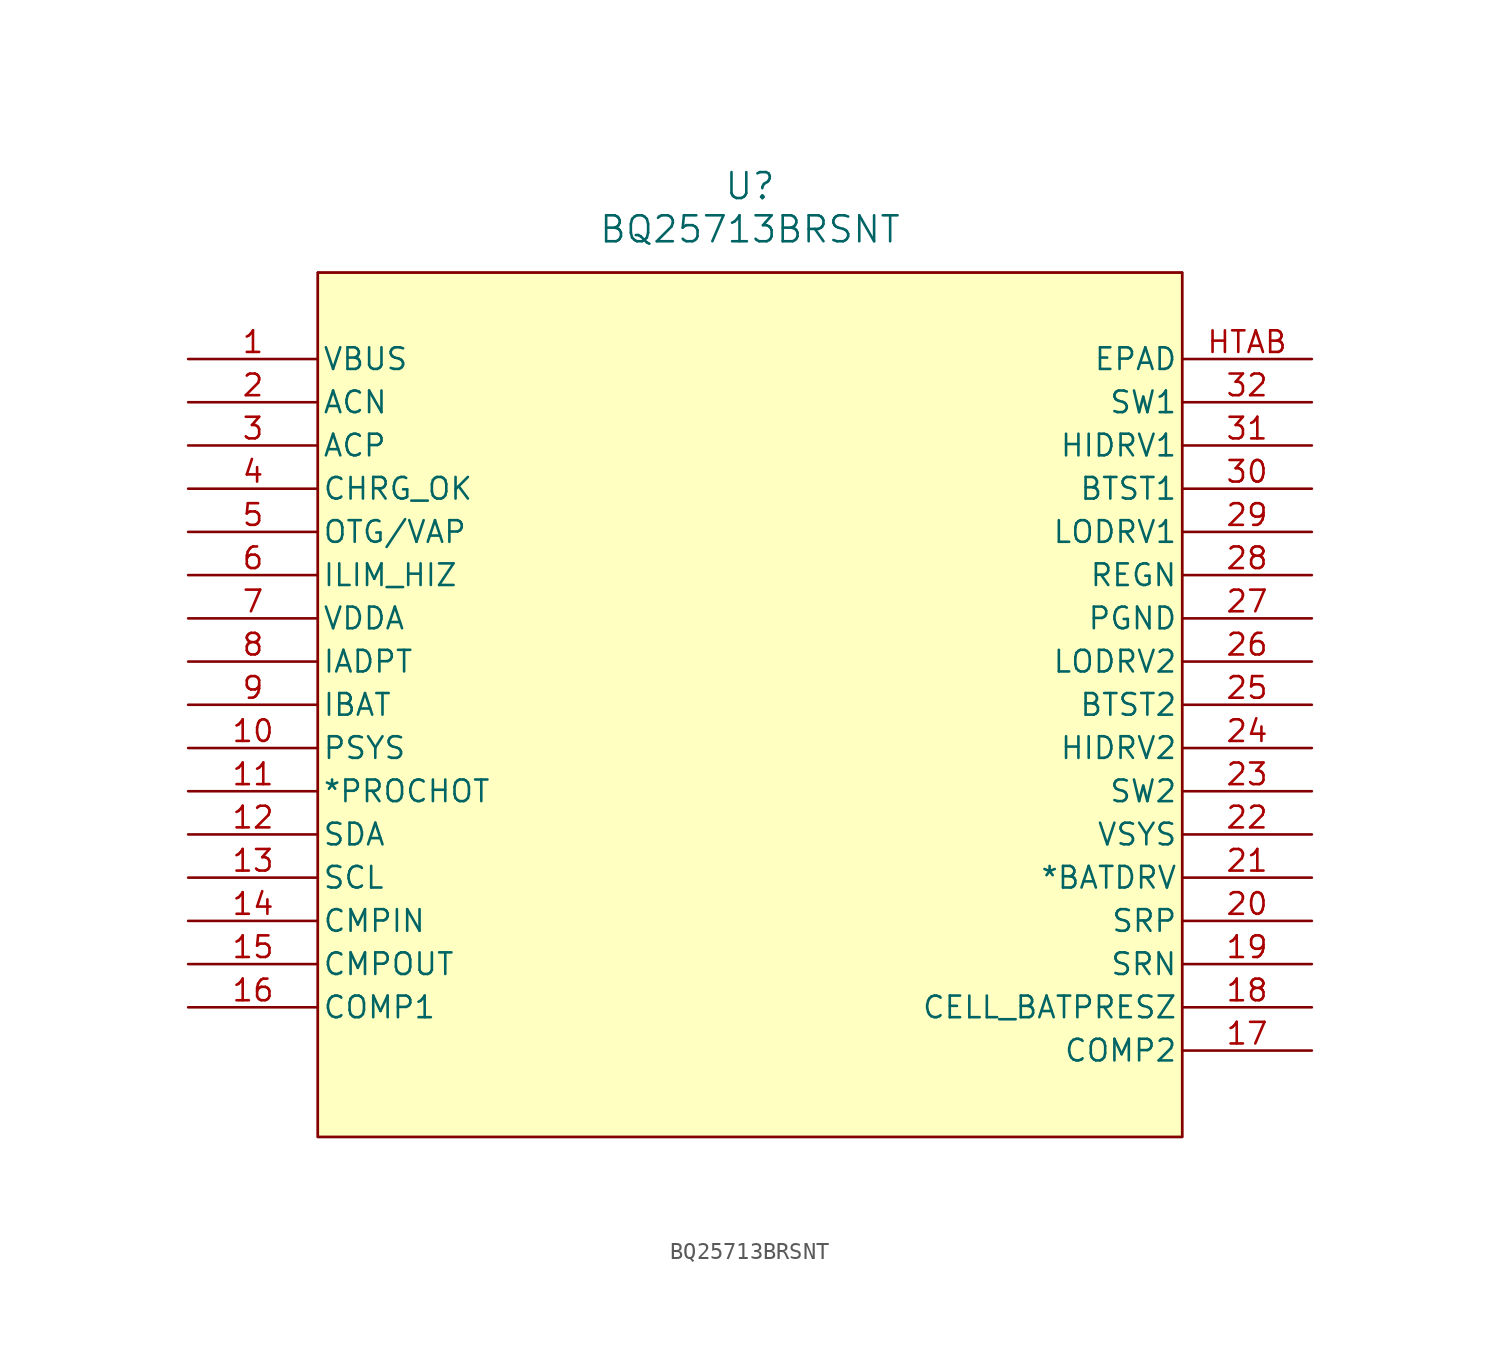
<source format=kicad_sym>
(kicad_symbol_lib
  (version 20231120)
  (generator "kicad_symbol_editor")
  (generator_version "8.99")
  (symbol "BQ25713BRSNT"
    (pin_names
      (offset 0.254))
    (property "Reference" "U"
      (at 33.02 10.16 0)
      (effects (font (size 1.524 1.524))))
    (property "Value" "BQ25713BRSNT"
      (at 33.02 7.62 0)
      (effects (font (size 1.524 1.524))))
    (property "ki_locked" ""
      (at 0 0 0)
      (effects (font (size 1.27 1.27))))
    (symbol "BQ25713BRSNT_0_1"
      (polyline (pts (xy 7.62 5.08) (xy 7.62 -45.72)) (stroke (width 0.127) (type default)) (fill (type none)))
      (polyline (pts (xy 7.62 -45.72) (xy 58.42 -45.72)) (stroke (width 0.127) (type default)) (fill (type none)))
      (polyline (pts (xy 58.42 5.08) (xy 7.62 5.08)) (stroke (width 0.127) (type default)) (fill (type none)))
      (polyline (pts (xy 58.42 -45.72) (xy 58.42 5.08)) (stroke (width 0.127) (type default)) (fill (type none)))
      (pin power_in line (at 0 0 0) (length 7.62) (name "VBUS" (effects (font (size 1.27 1.27)))) (number "1" (effects (font (size 1.27 1.27)))))
      (pin output line (at 0 -22.86 0) (length 7.62) (name "PSYS" (effects (font (size 1.27 1.27)))) (number "10" (effects (font (size 1.27 1.27)))))
      (pin output line (at 0 -25.4 0) (length 7.62) (name "*PROCHOT" (effects (font (size 1.27 1.27)))) (number "11" (effects (font (size 1.27 1.27)))))
      (pin bidirectional line (at 0 -27.94 0) (length 7.62) (name "SDA" (effects (font (size 1.27 1.27)))) (number "12" (effects (font (size 1.27 1.27)))))
      (pin input line (at 0 -30.48 0) (length 7.62) (name "SCL" (effects (font (size 1.27 1.27)))) (number "13" (effects (font (size 1.27 1.27)))))
      (pin input line (at 0 -33.02 0) (length 7.62) (name "CMPIN" (effects (font (size 1.27 1.27)))) (number "14" (effects (font (size 1.27 1.27)))))
      (pin output line (at 0 -35.56 0) (length 7.62) (name "CMPOUT" (effects (font (size 1.27 1.27)))) (number "15" (effects (font (size 1.27 1.27)))))
      (pin input line (at 0 -38.1 0) (length 7.62) (name "COMP1" (effects (font (size 1.27 1.27)))) (number "16" (effects (font (size 1.27 1.27)))))
      (pin input line (at 66.04 -40.64 180) (length 7.62) (name "COMP2" (effects (font (size 1.27 1.27)))) (number "17" (effects (font (size 1.27 1.27)))))
      (pin input line (at 66.04 -38.1 180) (length 7.62) (name "CELL_BATPRESZ" (effects (font (size 1.27 1.27)))) (number "18" (effects (font (size 1.27 1.27)))))
      (pin input line (at 66.04 -35.56 180) (length 7.62) (name "SRN" (effects (font (size 1.27 1.27)))) (number "19" (effects (font (size 1.27 1.27)))))
      (pin input line (at 0 -2.54 0) (length 7.62) (name "ACN" (effects (font (size 1.27 1.27)))) (number "2" (effects (font (size 1.27 1.27)))))
      (pin input line (at 66.04 -33.02 180) (length 7.62) (name "SRP" (effects (font (size 1.27 1.27)))) (number "20" (effects (font (size 1.27 1.27)))))
      (pin output line (at 66.04 -30.48 180) (length 7.62) (name "*BATDRV" (effects (font (size 1.27 1.27)))) (number "21" (effects (font (size 1.27 1.27)))))
      (pin power_in line (at 66.04 -27.94 180) (length 7.62) (name "VSYS" (effects (font (size 1.27 1.27)))) (number "22" (effects (font (size 1.27 1.27)))))
      (pin power_in line (at 66.04 -25.4 180) (length 7.62) (name "SW2" (effects (font (size 1.27 1.27)))) (number "23" (effects (font (size 1.27 1.27)))))
      (pin output line (at 66.04 -22.86 180) (length 7.62) (name "HIDRV2" (effects (font (size 1.27 1.27)))) (number "24" (effects (font (size 1.27 1.27)))))
      (pin power_in line (at 66.04 -20.32 180) (length 7.62) (name "BTST2" (effects (font (size 1.27 1.27)))) (number "25" (effects (font (size 1.27 1.27)))))
      (pin output line (at 66.04 -17.78 180) (length 7.62) (name "LODRV2" (effects (font (size 1.27 1.27)))) (number "26" (effects (font (size 1.27 1.27)))))
      (pin power_in line (at 66.04 -15.24 180) (length 7.62) (name "PGND" (effects (font (size 1.27 1.27)))) (number "27" (effects (font (size 1.27 1.27)))))
      (pin output line (at 66.04 -12.7 180) (length 7.62) (name "REGN" (effects (font (size 1.27 1.27)))) (number "28" (effects (font (size 1.27 1.27)))))
      (pin output line (at 66.04 -10.16 180) (length 7.62) (name "LODRV1" (effects (font (size 1.27 1.27)))) (number "29" (effects (font (size 1.27 1.27)))))
      (pin input line (at 0 -5.08 0) (length 7.62) (name "ACP" (effects (font (size 1.27 1.27)))) (number "3" (effects (font (size 1.27 1.27)))))
      (pin power_in line (at 66.04 -7.62 180) (length 7.62) (name "BTST1" (effects (font (size 1.27 1.27)))) (number "30" (effects (font (size 1.27 1.27)))))
      (pin output line (at 66.04 -5.08 180) (length 7.62) (name "HIDRV1" (effects (font (size 1.27 1.27)))) (number "31" (effects (font (size 1.27 1.27)))))
      (pin power_in line (at 66.04 -2.54 180) (length 7.62) (name "SW1" (effects (font (size 1.27 1.27)))) (number "32" (effects (font (size 1.27 1.27)))))
      (pin output line (at 0 -7.62 0) (length 7.62) (name "CHRG_OK" (effects (font (size 1.27 1.27)))) (number "4" (effects (font (size 1.27 1.27)))))
      (pin input line (at 0 -10.16 0) (length 7.62) (name "OTG/VAP" (effects (font (size 1.27 1.27)))) (number "5" (effects (font (size 1.27 1.27)))))
      (pin input line (at 0 -12.7 0) (length 7.62) (name "ILIM_HIZ" (effects (font (size 1.27 1.27)))) (number "6" (effects (font (size 1.27 1.27)))))
      (pin power_in line (at 0 -15.24 0) (length 7.62) (name "VDDA" (effects (font (size 1.27 1.27)))) (number "7" (effects (font (size 1.27 1.27)))))
      (pin output line (at 0 -17.78 0) (length 7.62) (name "IADPT" (effects (font (size 1.27 1.27)))) (number "8" (effects (font (size 1.27 1.27)))))
      (pin output line (at 0 -20.32 0) (length 7.62) (name "IBAT" (effects (font (size 1.27 1.27)))) (number "9" (effects (font (size 1.27 1.27)))))
      (pin unspecified line (at 66.04 0 180) (length 7.62) (name "EPAD" (effects (font (size 1.27 1.27)))) (number "HTAB" (effects (font (size 1.27 1.27))))))
    (symbol "BQ25713BRSNT_1_1"
      (rectangle (start 7.62 5.08) (end 58.42 -45.72) (stroke (width 0) (type default)) (fill (type background))))))
</source>
